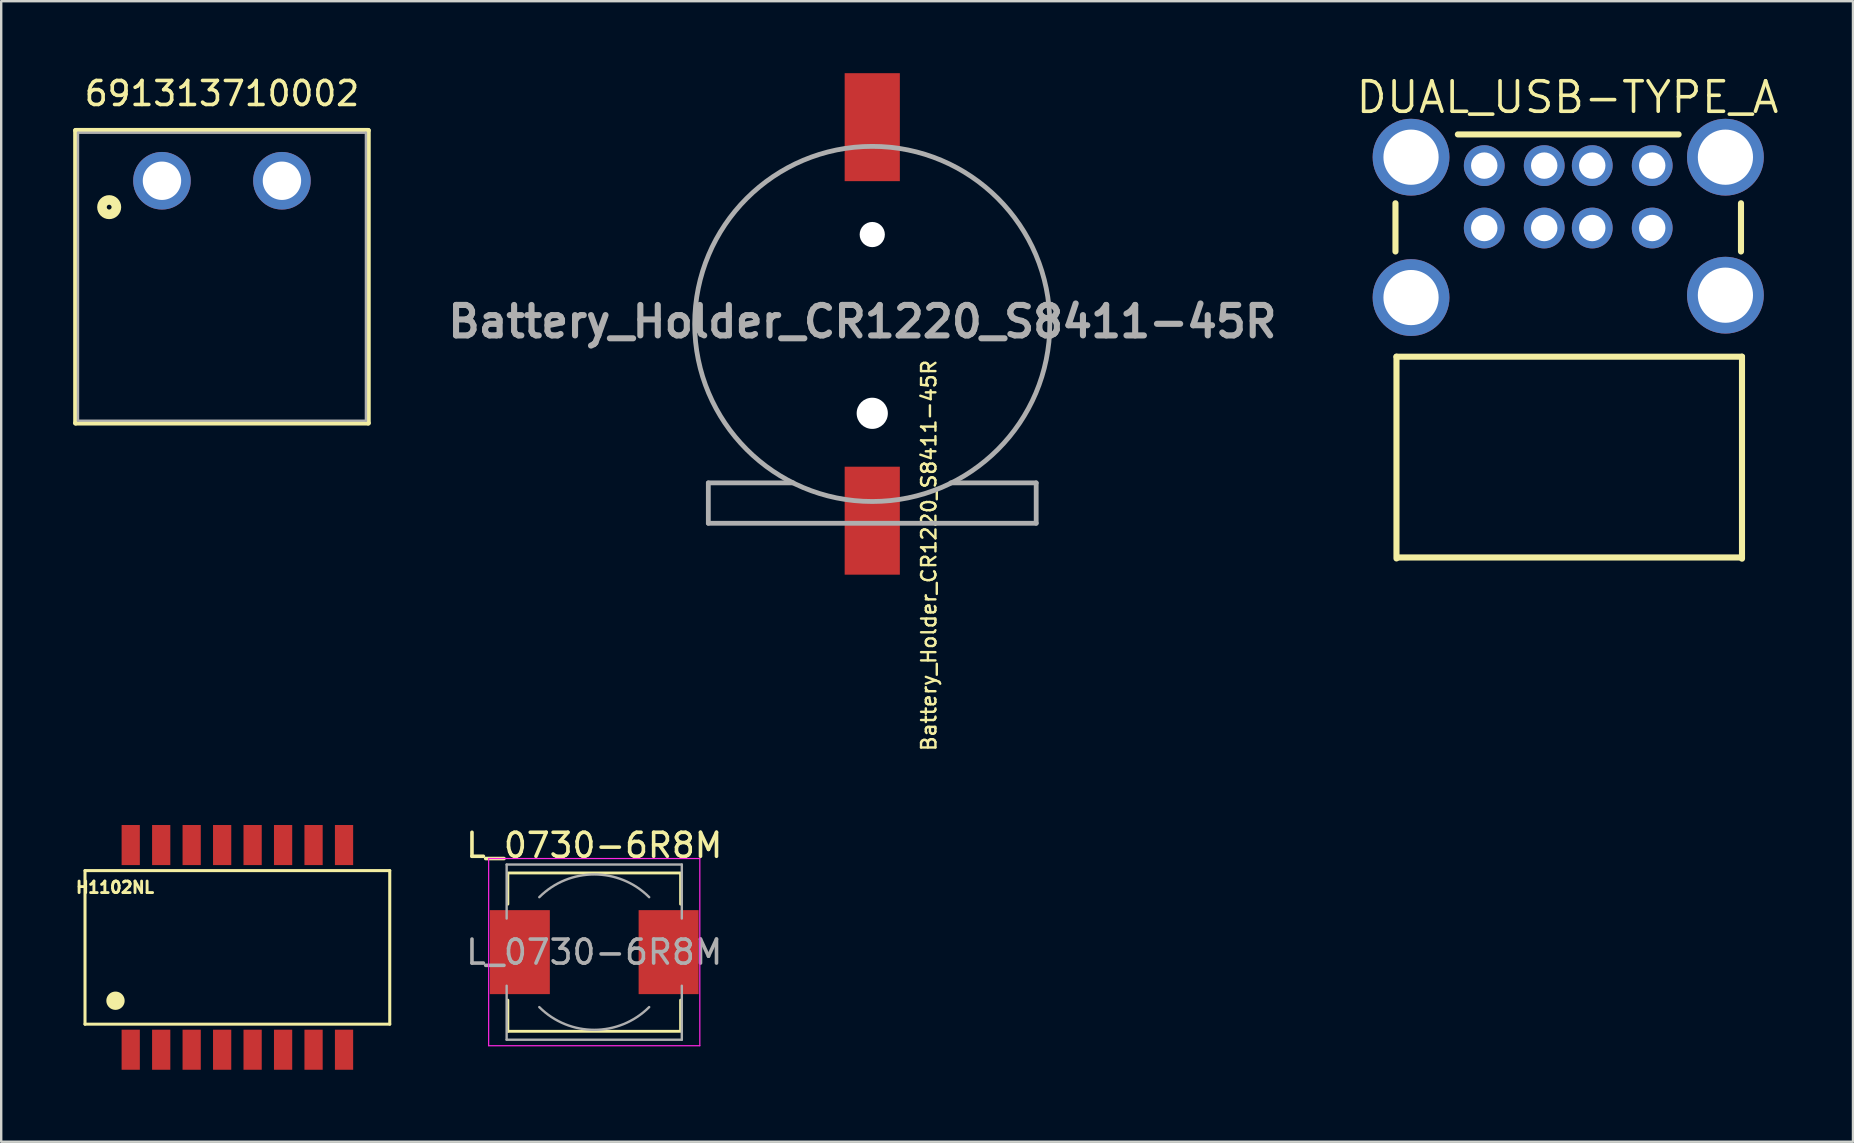
<source format=kicad_pcb>
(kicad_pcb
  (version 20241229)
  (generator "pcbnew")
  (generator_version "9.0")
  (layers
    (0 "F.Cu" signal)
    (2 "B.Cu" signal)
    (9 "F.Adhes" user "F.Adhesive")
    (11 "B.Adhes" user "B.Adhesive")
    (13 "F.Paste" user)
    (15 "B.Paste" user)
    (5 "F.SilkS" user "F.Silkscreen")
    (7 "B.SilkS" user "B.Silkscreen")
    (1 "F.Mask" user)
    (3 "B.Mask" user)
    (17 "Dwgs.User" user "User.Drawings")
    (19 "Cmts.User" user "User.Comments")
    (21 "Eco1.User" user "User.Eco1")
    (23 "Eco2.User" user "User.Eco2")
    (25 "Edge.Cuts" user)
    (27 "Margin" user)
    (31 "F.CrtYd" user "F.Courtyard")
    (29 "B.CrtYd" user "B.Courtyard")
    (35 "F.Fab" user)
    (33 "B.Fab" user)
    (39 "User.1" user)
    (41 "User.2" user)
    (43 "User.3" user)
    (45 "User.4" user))
  (footprint "691313710002"
    (layer "F.Cu")
    (at 6.2 4.483)
    (property "Reference" "691313710002" (at 0 -3.635 0) (layer "F.SilkS") (effects (font (size 1 1) (thickness 0.15))))
    (attr through_hole)
    (fp_line (start -6.1 -2.1) (end 6.1 -2.1) (stroke (width 0.2) (type solid)) (layer "F.SilkS"))
    (fp_line (start -6.1 10.1) (end -6.1 -2.1) (stroke (width 0.2) (type solid)) (layer "F.SilkS"))
    (fp_line (start 6.1 -2.1) (end 6.1 10.1) (stroke (width 0.2) (type solid)) (layer "F.SilkS"))
    (fp_line (start 6.1 10.1) (end -6.1 10.1) (stroke (width 0.2) (type solid)) (layer "F.SilkS"))
    (fp_circle (center -4.7 1.1) (end -4.6 1.1) (stroke (width 0.4) (type solid)) (fill no) (layer "F.SilkS"))
    (fp_line (start -6 -2) (end -6 10) (stroke (width 0.1) (type solid)) (layer "F.Fab"))
    (fp_line (start -6 10) (end 6 10) (stroke (width 0.1) (type solid)) (layer "F.Fab"))
    (fp_line (start 6 -2) (end -6 -2) (stroke (width 0.1) (type solid)) (layer "F.Fab"))
    (fp_line (start 6 10) (end 6 -2) (stroke (width 0.1) (type solid)) (layer "F.Fab"))
    (pad "1" thru_hole circle (at -2.5 0) (size 2.4 2.4) (drill 1.6) (layers "*.Cu" "*.Mask"))
    (pad "2" thru_hole circle (at 2.5 0) (size 2.4 2.4) (drill 1.6) (layers "*.Cu" "*.Mask")))
  (footprint "DUAL_USB-TYPE_A"
    (layer "F.Cu")
    (at 62.307 6.426)
    (property "Reference" "DUAL_USB-TYPE_A" (at -0.03 -5.42 0) (layer "F.SilkS") (effects (font (size 1.27 1.27) (thickness 0.15))))
    (fp_line (start -7.2 -1.005) (end -7.2 1.005) (stroke (width 0.254) (type default)) (layer "F.SilkS"))
    (fp_line (start -7.158 5.389) (end -7.158 13.797) (stroke (width 0.254) (type default)) (layer "F.SilkS"))
    (fp_line (start -7.158 5.389) (end 7.242 5.389) (stroke (width 0.254) (type default)) (layer "F.SilkS"))
    (fp_line (start -7.128 13.757) (end 7.172 13.757) (stroke (width 0.254) (type default)) (layer "F.SilkS"))
    (fp_line (start -4.6 -3.874) (end 4.6 -3.874) (stroke (width 0.254) (type default)) (layer "F.SilkS"))
    (fp_line (start 7.2 -1.005) (end 7.2 1.005) (stroke (width 0.254) (type default)) (layer "F.SilkS"))
    (fp_line (start 7.242 5.389) (end 7.242 13.807) (stroke (width 0.254) (type default)) (layer "F.SilkS"))
    (fp_circle (center -6.551 -2.925) (end -6.026 -2.925) (stroke (width 1.05) (type default)) (fill no) (layer "User.4"))
    (fp_circle (center -6.551 2.925) (end -6.026 2.925) (stroke (width 1.05) (type default)) (fill no) (layer "User.4"))
    (fp_circle (center -3.5 -2.574) (end -3.275 -2.574) (stroke (width 0.45) (type default)) (fill no) (layer "User.4"))
    (fp_circle (center -3.5 0.027) (end -3.275 0.027) (stroke (width 0.45) (type default)) (fill no) (layer "User.4"))
    (fp_circle (center -1.001 -2.574) (end -0.776 -2.574) (stroke (width 0.45) (type default)) (fill no) (layer "User.4"))
    (fp_circle (center -1.001 0.027) (end -0.776 0.027) (stroke (width 0.45) (type default)) (fill no) (layer "User.4"))
    (fp_circle (center 1.001 -2.574) (end 1.226 -2.574) (stroke (width 0.45) (type default)) (fill no) (layer "User.4"))
    (fp_circle (center 1.001 0.027) (end 1.226 0.027) (stroke (width 0.45) (type default)) (fill no) (layer "User.4"))
    (fp_circle (center 3.5 -2.574) (end 3.725 -2.574) (stroke (width 0.45) (type default)) (fill no) (layer "User.4"))
    (fp_circle (center 3.5 0.027) (end 3.725 0.027) (stroke (width 0.45) (type default)) (fill no) (layer "User.4"))
    (fp_circle (center 6.551 -2.925) (end 7.076 -2.925) (stroke (width 1.05) (type default)) (fill no) (layer "User.4"))
    (fp_circle (center 6.551 2.826) (end 7.076 2.826) (stroke (width 1.05) (type default)) (fill no) (layer "User.4"))
    (fp_circle (center -8.151 -4.525) (end -8.121 -4.525) (stroke (width 0.06) (type default)) (fill no) (layer "User.5"))
    (pad "1" thru_hole oval (at -3.5 -2.574 270) (size 1.7 1.7) (drill 1.1) (layers "*.Cu" "*.Mask"))
    (pad "2" thru_hole oval (at -1.001 -2.574 270) (size 1.7 1.7) (drill 1.1) (layers "*.Cu" "*.Mask"))
    (pad "3" thru_hole oval (at 1.001 -2.574 270) (size 1.7 1.7) (drill 1.1) (layers "*.Cu" "*.Mask"))
    (pad "4" thru_hole oval (at 3.5 -2.574 270) (size 1.7 1.7) (drill 1.1) (layers "*.Cu" "*.Mask"))
    (pad "5" thru_hole oval (at -3.5 0.027 270) (size 1.7 1.7) (drill 1.1) (layers "*.Cu" "*.Mask"))
    (pad "6" thru_hole oval (at -1.001 0.027 270) (size 1.7 1.7) (drill 1.1) (layers "*.Cu" "*.Mask"))
    (pad "7" thru_hole oval (at 1.001 0.027 270) (size 1.7 1.7) (drill 1.1) (layers "*.Cu" "*.Mask"))
    (pad "8" thru_hole oval (at 3.5 0.027 270) (size 1.7 1.7) (drill 1.1) (layers "*.Cu" "*.Mask"))
    (pad "9" thru_hole oval (at -6.551 -2.925 90) (size 3.2 3.2) (drill 2.3) (layers "*.Cu" "*.Mask"))
    (pad "9" thru_hole oval (at -6.551 2.925 90) (size 3.2 3.2) (drill 2.3) (layers "*.Cu" "*.Mask"))
    (pad "9" thru_hole oval (at 6.551 -2.925 90) (size 3.2 3.2) (drill 2.3) (layers "*.Cu" "*.Mask"))
    (pad "9" thru_hole oval (at 6.551 2.826 90) (size 3.2 3.2) (drill 2.3) (layers "*.Cu" "*.Mask")))
  (footprint "Battery_Holder_CR1220_S8411-45R"
    (layer "F.Cu")
    (at 33.302 10.45)
    (property "Reference" "Battery_Holder_CR1220_S8411-45R" (at 2.36 9.65 270) (layer "F.SilkS") (effects (font (size 0.6 0.6) (thickness 0.1))))
    (attr through_hole)
    (fp_line (start -6.832 6.625) (end -3.27 6.625) (stroke (width 0.1) (type solid)) (layer "F.SilkS"))
    (fp_line (start -6.832 8.307) (end -6.832 6.625) (stroke (width 0.1) (type solid)) (layer "F.SilkS"))
    (fp_line (start -6.832 8.307) (end -1.553 8.307) (stroke (width 0.1) (type solid)) (layer "F.SilkS"))
    (fp_line (start 6.832 6.625) (end 3.296 6.625) (stroke (width 0.1) (type solid)) (layer "F.SilkS"))
    (fp_line (start 6.832 8.307) (end 1.49 8.307) (stroke (width 0.1) (type solid)) (layer "F.SilkS"))
    (fp_line (start 6.832 8.307) (end 6.832 6.625) (stroke (width 0.1) (type solid)) (layer "F.SilkS"))
    (fp_arc (start -3.295295 6.625783) (mid -7.399998 0.000879) (end -3.29687 -6.625) (stroke (width 0.1) (type solid)) (layer "F.SilkS"))
    (fp_arc (start 3.295287 -6.625787) (mid 7.399995 -0.000884) (end 3.29687 6.625) (stroke (width 0.1) (type solid)) (layer "F.SilkS"))
    (fp_line (start -6.832 6.625) (end -6.832 8.307) (stroke (width 0.2) (type solid)) (layer "F.Fab"))
    (fp_line (start -6.832 8.307) (end 6.832 8.307) (stroke (width 0.2) (type solid)) (layer "F.Fab"))
    (fp_line (start -3.297 6.625) (end -6.832 6.625) (stroke (width 0.2) (type solid)) (layer "F.Fab"))
    (fp_line (start 6.832 6.625) (end 3.27 6.625) (stroke (width 0.2) (type solid)) (layer "F.Fab"))
    (fp_line (start 6.832 8.307) (end 6.832 6.625) (stroke (width 0.2) (type solid)) (layer "F.Fab"))
    (fp_circle (center 0 0) (end 0 7.4) (stroke (width 0.2) (type solid)) (fill no) (layer "F.Fab"))
    (fp_text user "${REFERENCE}" (at -0.412 -0.096 180) (layer "F.Fab") (effects (font (size 1.27 1.27) (thickness 0.254))))
    (pad "" np_thru_hole circle (at 0 -3.725) (size 1.05 1.05) (drill 1.05) (layers "*.Cu" "*.Mask"))
    (pad "" np_thru_hole circle (at 0 3.725) (size 1.3 1.3) (drill 1.3) (layers "*.Cu" "*.Mask"))
    (pad "1" smd rect (at 0 8.2) (size 2.3 4.5) (layers "F.Cu" "F.Mask" "F.Paste"))
    (pad "2" smd rect (at 0 -8.2) (size 2.3 4.5) (layers "F.Cu" "F.Mask" "F.Paste")))
  (footprint "H1102NL"
    (layer "F.Cu")
    (at 6.843 36.433)
    (property "Reference" "H1102NL" (at -5.1 -2.5 180) (layer "F.SilkS") (effects (font (size 0.48 0.48) (thickness 0.12))))
    (attr smd)
    (fp_line (start -6.35 -3.2) (end -6.35 3.2) (stroke (width 0.127) (type solid)) (layer "F.SilkS"))
    (fp_line (start -6.35 3.2) (end 6.35 3.2) (stroke (width 0.127) (type solid)) (layer "F.SilkS"))
    (fp_line (start 6.35 -3.2) (end -6.35 -3.2) (stroke (width 0.127) (type solid)) (layer "F.SilkS"))
    (fp_line (start 6.35 3.2) (end 6.35 -3.2) (stroke (width 0.127) (type solid)) (layer "F.SilkS"))
    (fp_poly (pts (xy -5.08 1.905) (xy -5.047 1.907) (xy -5.014 1.912) (xy -4.982 1.921) (xy -4.951 1.932) (xy -4.921 1.948) (xy -4.893 1.966) (xy -4.868 1.987) (xy -4.844 2.01) (xy -4.823 2.036) (xy -4.805 2.064) (xy -4.79 2.093) (xy -4.778 2.124) (xy -4.769 2.156) (xy -4.764 2.189) (xy -4.763 2.223) (xy -4.764 2.256) (xy -4.769 2.289) (xy -4.778 2.321) (xy -4.79 2.352) (xy -4.805 2.381) (xy -4.823 2.409) (xy -4.844 2.435) (xy -4.868 2.458) (xy -4.893 2.479) (xy -4.921 2.497) (xy -4.951 2.513) (xy -4.982 2.524) (xy -5.014 2.533) (xy -5.047 2.538) (xy -5.08 2.54) (xy -5.113 2.538) (xy -5.146 2.533) (xy -5.178 2.524) (xy -5.209 2.513) (xy -5.239 2.497) (xy -5.267 2.479) (xy -5.292 2.458) (xy -5.316 2.435) (xy -5.337 2.409) (xy -5.355 2.381) (xy -5.37 2.352) (xy -5.382 2.321) (xy -5.391 2.289) (xy -5.396 2.256) (xy -5.397 2.223) (xy -5.396 2.189) (xy -5.391 2.156) (xy -5.382 2.124) (xy -5.37 2.093) (xy -5.355 2.064) (xy -5.337 2.036) (xy -5.316 2.01) (xy -5.292 1.987) (xy -5.267 1.966) (xy -5.239 1.948) (xy -5.209 1.932) (xy -5.178 1.921) (xy -5.146 1.912) (xy -5.113 1.907) (xy -5.08 1.905)) (stroke (width 0.127) (type solid)) (fill yes) (layer "F.SilkS"))
    (pad "1" smd rect (at -4.445 4.265) (size 0.76 1.67) (layers "F.Cu" "F.Mask" "F.Paste"))
    (pad "2" smd rect (at -3.175 4.265) (size 0.76 1.67) (layers "F.Cu" "F.Mask" "F.Paste"))
    (pad "3" smd rect (at -1.905 4.265) (size 0.76 1.67) (layers "F.Cu" "F.Mask" "F.Paste"))
    (pad "4" smd rect (at -0.635 4.265) (size 0.76 1.67) (layers "F.Cu" "F.Mask" "F.Paste"))
    (pad "5" smd rect (at 0.635 4.265) (size 0.76 1.67) (layers "F.Cu" "F.Mask" "F.Paste"))
    (pad "6" smd rect (at 1.905 4.265) (size 0.76 1.67) (layers "F.Cu" "F.Mask" "F.Paste"))
    (pad "7" smd rect (at 3.175 4.265) (size 0.76 1.67) (layers "F.Cu" "F.Mask" "F.Paste"))
    (pad "8" smd rect (at 4.445 4.265) (size 0.76 1.67) (layers "F.Cu" "F.Mask" "F.Paste"))
    (pad "9" smd rect (at 4.445 -4.265) (size 0.76 1.67) (layers "F.Cu" "F.Mask" "F.Paste"))
    (pad "10" smd rect (at 3.175 -4.265) (size 0.76 1.67) (layers "F.Cu" "F.Mask" "F.Paste"))
    (pad "11" smd rect (at 1.905 -4.265) (size 0.76 1.67) (layers "F.Cu" "F.Mask" "F.Paste"))
    (pad "12" smd rect (at 0.635 -4.265) (size 0.76 1.67) (layers "F.Cu" "F.Mask" "F.Paste"))
    (pad "13" smd rect (at -0.635 -4.265) (size 0.76 1.67) (layers "F.Cu" "F.Mask" "F.Paste"))
    (pad "14" smd rect (at -1.905 -4.265) (size 0.76 1.67) (layers "F.Cu" "F.Mask" "F.Paste"))
    (pad "15" smd rect (at -3.175 -4.265) (size 0.76 1.67) (layers "F.Cu" "F.Mask" "F.Paste"))
    (pad "16" smd rect (at -4.445 -4.265) (size 0.76 1.67) (layers "F.Cu" "F.Mask" "F.Paste")))
  (footprint "L_0730-6R8M"
    (layer "F.Cu")
    (at 21.715 36.631)
    (property "Reference" "L_0730-6R8M" (at 0 -4.45 0) (layer "F.SilkS") (effects (font (size 1 1) (thickness 0.15))))
    (attr smd)
    (fp_line (start -3.6 -3.3) (end 3.6 -3.3) (stroke (width 0.12) (type solid)) (layer "F.SilkS"))
    (fp_line (start -3.6 -2) (end -3.6 -3.25) (stroke (width 0.12) (type solid)) (layer "F.SilkS"))
    (fp_line (start -3.6 3.3) (end -3.6 2) (stroke (width 0.12) (type solid)) (layer "F.SilkS"))
    (fp_line (start 3.6 -3.25) (end 3.6 -2) (stroke (width 0.12) (type solid)) (layer "F.SilkS"))
    (fp_line (start 3.6 2) (end 3.6 3.25) (stroke (width 0.12) (type solid)) (layer "F.SilkS"))
    (fp_line (start 3.6 3.3) (end -3.6 3.3) (stroke (width 0.12) (type solid)) (layer "F.SilkS"))
    (fp_line (start -4.4 -3.9) (end -4.4 3.9) (stroke (width 0.05) (type solid)) (layer "F.CrtYd"))
    (fp_line (start -4.4 3.9) (end 4.4 3.9) (stroke (width 0.05) (type solid)) (layer "F.CrtYd"))
    (fp_line (start 4.4 -3.9) (end -4.4 -3.9) (stroke (width 0.05) (type solid)) (layer "F.CrtYd"))
    (fp_line (start 4.4 3.9) (end 4.4 -3.9) (stroke (width 0.05) (type solid)) (layer "F.CrtYd"))
    (fp_line (start -3.65 -3.65) (end -3.65 -1.4) (stroke (width 0.1) (type solid)) (layer "F.Fab"))
    (fp_line (start -3.65 -3.65) (end 3.65 -3.65) (stroke (width 0.1) (type solid)) (layer "F.Fab"))
    (fp_line (start -3.65 3.65) (end -3.65 1.4) (stroke (width 0.1) (type solid)) (layer "F.Fab"))
    (fp_line (start 3.65 -3.65) (end 3.65 -1.4) (stroke (width 0.1) (type solid)) (layer "F.Fab"))
    (fp_line (start 3.65 3.65) (end -3.65 3.65) (stroke (width 0.1) (type solid)) (layer "F.Fab"))
    (fp_line (start 3.65 3.65) (end 3.65 1.4) (stroke (width 0.1) (type solid)) (layer "F.Fab"))
    (fp_arc (start -2.29 -2.29) (mid 0 -3.238549) (end 2.29 -2.29) (stroke (width 0.1) (type solid)) (layer "F.Fab"))
    (fp_arc (start 2.29 2.29) (mid 0 3.238549) (end -2.29 2.29) (stroke (width 0.1) (type solid)) (layer "F.Fab"))
    (fp_text user "${REFERENCE}" (at 0 0 0) (layer "F.Fab") (effects (font (size 1 1) (thickness 0.15))))
    (pad "1" smd rect (at -3.1 0) (size 2.5 3.5) (layers "F.Cu" "F.Mask" "F.Paste"))
    (pad "2" smd rect (at 3.1 0) (size 2.5 3.5) (layers "F.Cu" "F.Mask" "F.Paste")))
  (gr_rect
    (start -3 -3)
    (end 74.174 44.533)
    (stroke (width 0.1) (type default))
    (fill no)
    (layer "Edge.Cuts")))
</source>
